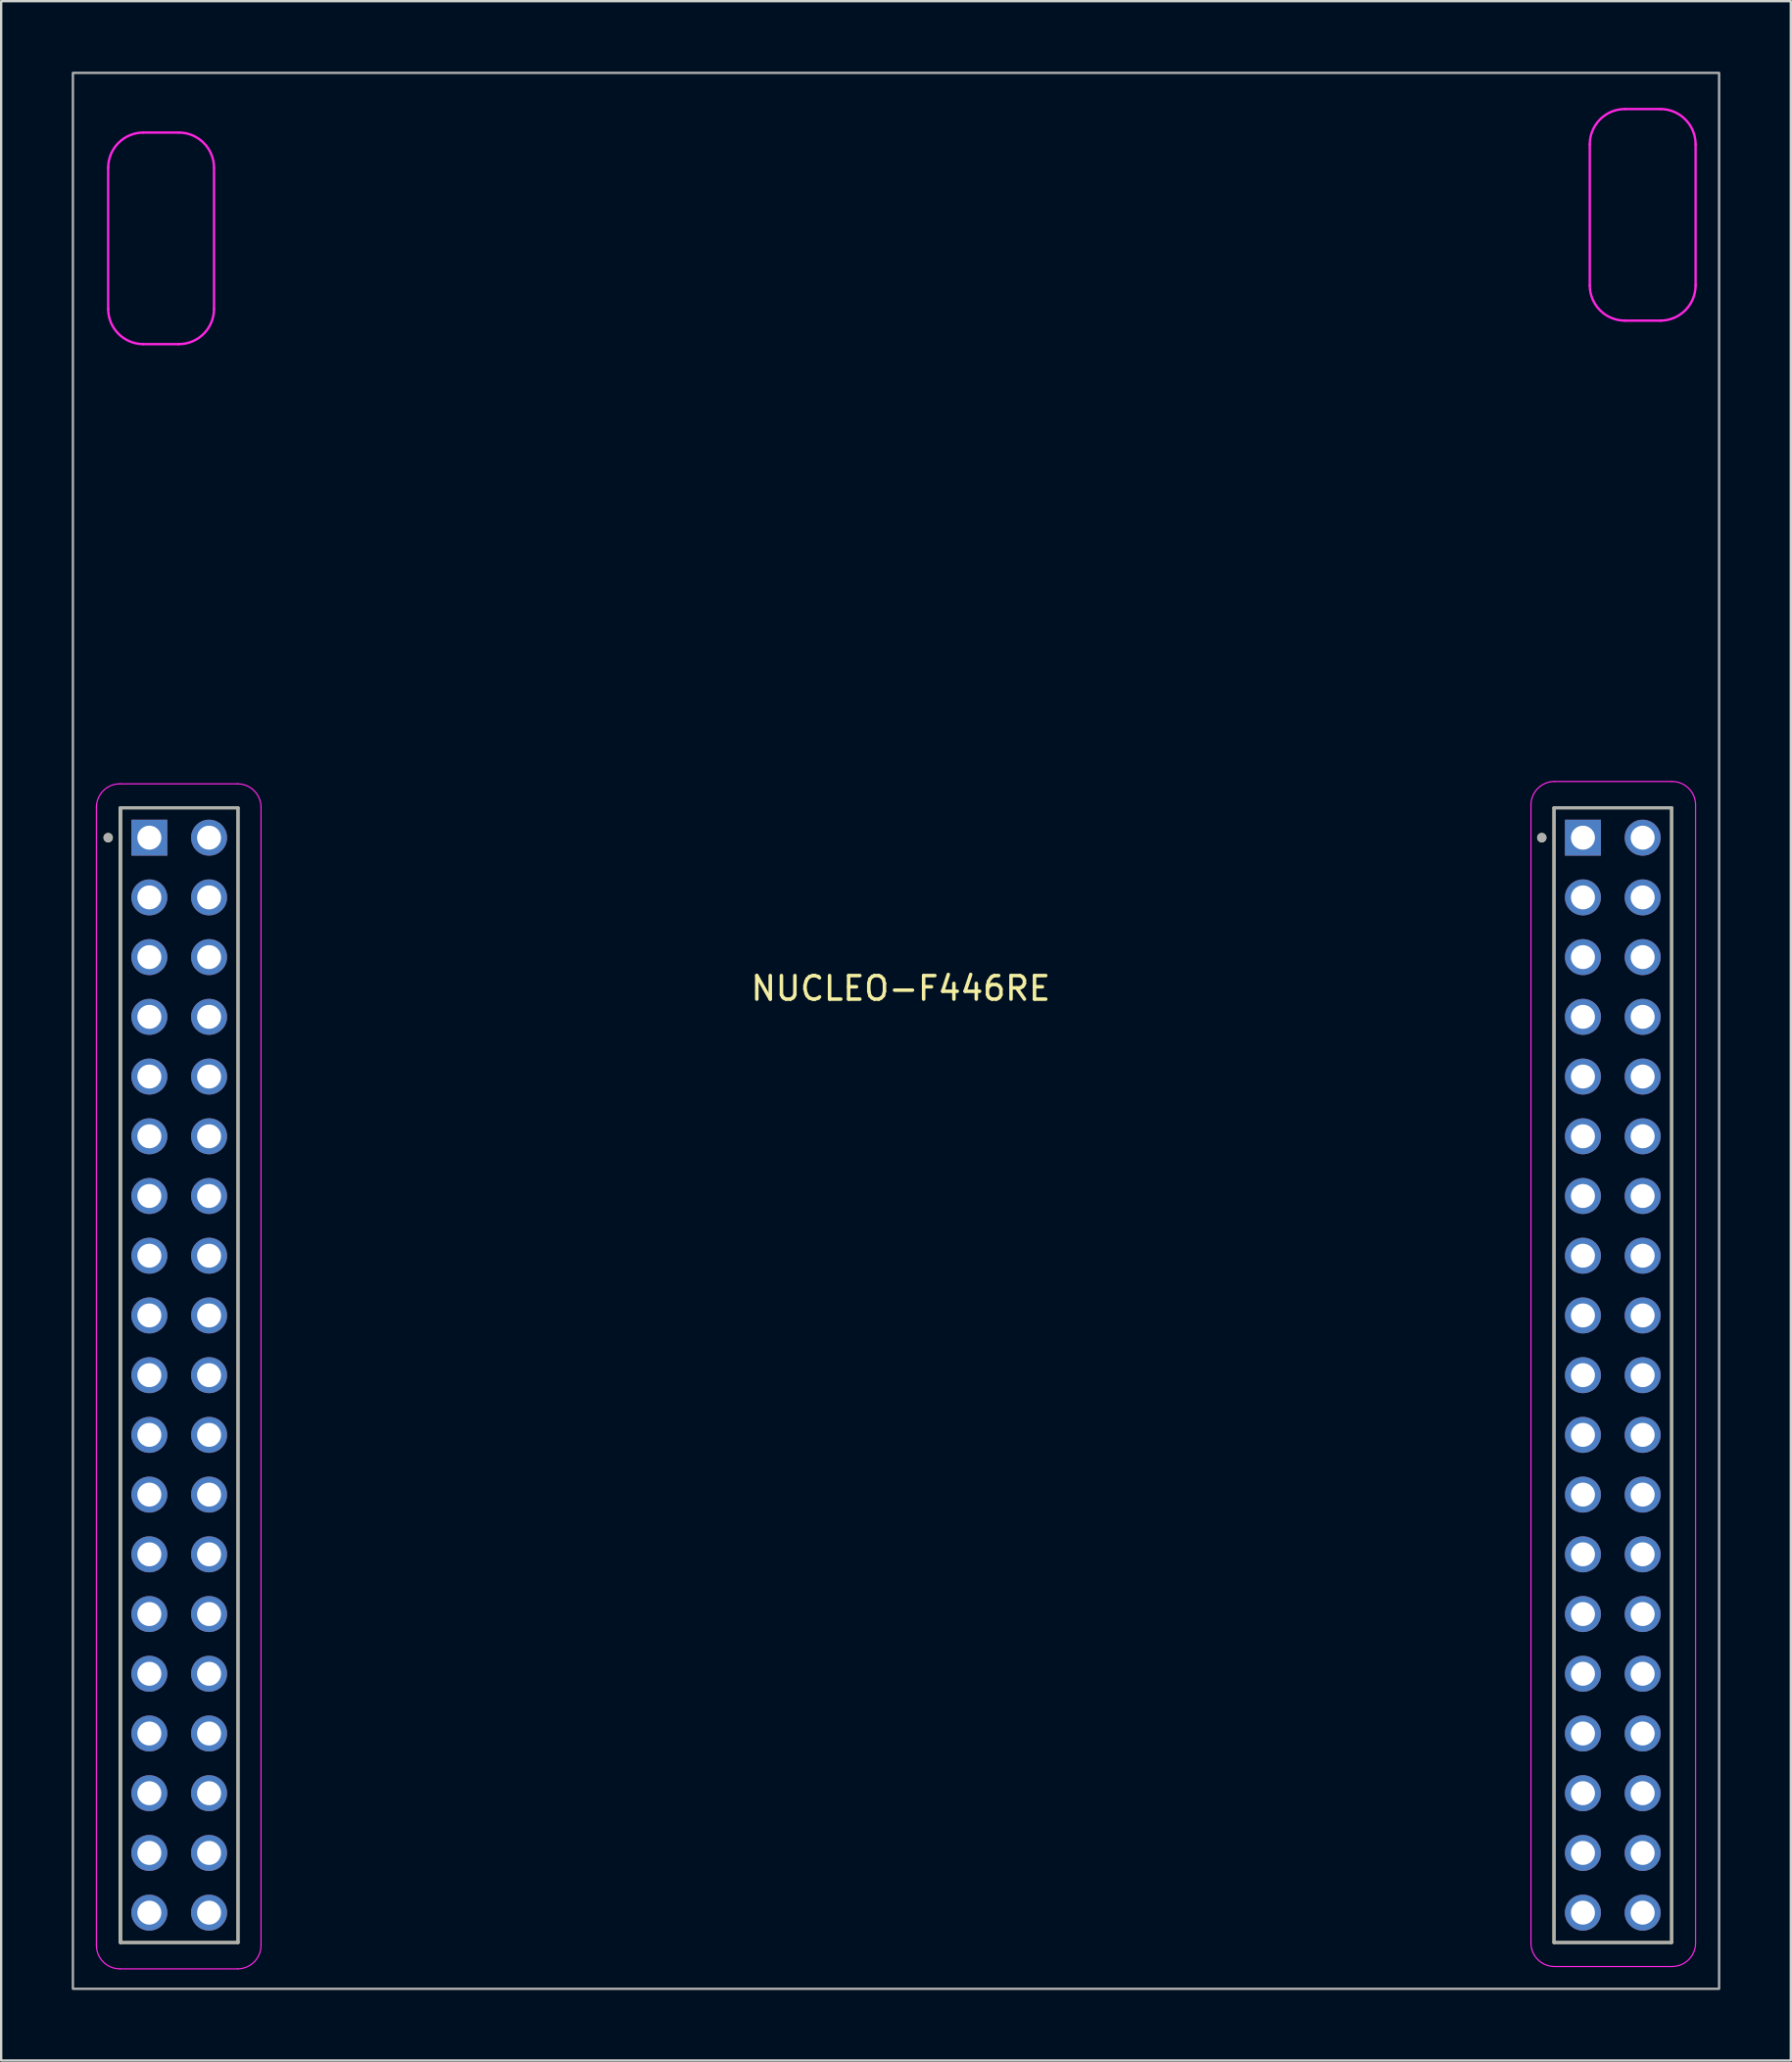
<source format=kicad_pcb>
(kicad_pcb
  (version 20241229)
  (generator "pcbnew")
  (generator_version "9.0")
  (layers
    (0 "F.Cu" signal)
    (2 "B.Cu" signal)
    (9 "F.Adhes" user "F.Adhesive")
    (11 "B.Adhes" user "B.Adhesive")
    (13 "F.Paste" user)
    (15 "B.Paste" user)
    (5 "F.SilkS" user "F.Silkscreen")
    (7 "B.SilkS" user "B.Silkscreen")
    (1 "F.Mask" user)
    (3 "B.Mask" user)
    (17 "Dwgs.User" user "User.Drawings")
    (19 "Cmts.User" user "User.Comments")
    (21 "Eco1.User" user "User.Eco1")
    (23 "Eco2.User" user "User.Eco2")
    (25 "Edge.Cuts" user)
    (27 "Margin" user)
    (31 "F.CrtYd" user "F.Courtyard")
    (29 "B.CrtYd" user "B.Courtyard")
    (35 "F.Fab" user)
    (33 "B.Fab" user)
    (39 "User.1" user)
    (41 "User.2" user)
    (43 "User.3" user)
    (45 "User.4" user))
  (footprint "NUCLEO-F446RE"
    (layer "F.Cu")
    (at 35.05 42.087)
    (property "Reference" "NUCLEO-F446RE" (at 0.2 -3.1 0) (layer "F.SilkS") (effects (font (size 1 1) (thickness 0.15))))
    (attr through_hole)
    (fp_line (start -32.98 -10.78) (end -32.98 37.48) (stroke (width 0.127) (type solid)) (layer "F.SilkS"))
    (fp_line (start -32.98 -10.78) (end -32.98 37.48) (stroke (width 0.127) (type solid)) (layer "F.SilkS"))
    (fp_line (start -32.98 37.48) (end -27.98 37.48) (stroke (width 0.127) (type solid)) (layer "F.SilkS"))
    (fp_line (start -27.98 -10.78) (end -32.98 -10.78) (stroke (width 0.127) (type solid)) (layer "F.SilkS"))
    (fp_line (start -27.98 37.48) (end -27.98 -10.78) (stroke (width 0.127) (type solid)) (layer "F.SilkS"))
    (fp_line (start 27.98 -10.78) (end 27.98 37.48) (stroke (width 0.127) (type solid)) (layer "F.SilkS"))
    (fp_line (start 32.98 -10.78) (end 27.98 -10.78) (stroke (width 0.127) (type solid)) (layer "F.SilkS"))
    (fp_line (start 32.98 -10.78) (end 32.98 37.48) (stroke (width 0.127) (type solid)) (layer "F.SilkS"))
    (fp_line (start 32.98 37.48) (end 27.98 37.48) (stroke (width 0.127) (type solid)) (layer "F.SilkS"))
    (fp_circle (center -33.5 -9.51) (end -33.4 -9.51) (stroke (width 0.2) (type solid)) (fill no) (layer "F.SilkS"))
    (fp_circle (center 27.46 -9.51) (end 27.56 -9.51) (stroke (width 0.2) (type solid)) (fill no) (layer "F.SilkS"))
    (fp_line (start -34 -10.8) (end -34 37.6) (stroke (width 0.05) (type default)) (layer "F.CrtYd"))
    (fp_line (start -33.5 -38) (end -33.5 -32) (stroke (width 0.1) (type default)) (layer "F.CrtYd"))
    (fp_line (start -33 -11.8) (end -28 -11.8) (stroke (width 0.05) (type default)) (layer "F.CrtYd"))
    (fp_line (start -33 38.6) (end -28 38.6) (stroke (width 0.05) (type default)) (layer "F.CrtYd"))
    (fp_line (start -32 -30.5) (end -30.5 -30.5) (stroke (width 0.1) (type default)) (layer "F.CrtYd"))
    (fp_line (start -30.5 -39.5) (end -32 -39.5) (stroke (width 0.1) (type default)) (layer "F.CrtYd"))
    (fp_line (start -29 -32) (end -29 -38) (stroke (width 0.1) (type default)) (layer "F.CrtYd"))
    (fp_line (start -27 -10.8) (end -27 37.6) (stroke (width 0.05) (type default)) (layer "F.CrtYd"))
    (fp_line (start 27 -10.9) (end 27 37.5) (stroke (width 0.05) (type default)) (layer "F.CrtYd"))
    (fp_line (start 28 -11.9) (end 33 -11.9) (stroke (width 0.05) (type default)) (layer "F.CrtYd"))
    (fp_line (start 28 38.5) (end 33 38.5) (stroke (width 0.05) (type default)) (layer "F.CrtYd"))
    (fp_line (start 29.5 -39) (end 29.5 -33) (stroke (width 0.1) (type default)) (layer "F.CrtYd"))
    (fp_line (start 31 -31.5) (end 32.5 -31.5) (stroke (width 0.1) (type default)) (layer "F.CrtYd"))
    (fp_line (start 32.5 -40.5) (end 31 -40.5) (stroke (width 0.1) (type default)) (layer "F.CrtYd"))
    (fp_line (start 34 -33) (end 34 -39) (stroke (width 0.1) (type default)) (layer "F.CrtYd"))
    (fp_line (start 34 -10.9) (end 34 37.5) (stroke (width 0.05) (type default)) (layer "F.CrtYd"))
    (fp_arc (start -34 -10.8) (mid -33.707107 -11.507107) (end -33 -11.8) (stroke (width 0.05) (type default)) (layer "F.CrtYd"))
    (fp_arc (start -33.5 -38) (mid -33.06066 -39.06066) (end -32 -39.5) (stroke (width 0.1) (type default)) (layer "F.CrtYd"))
    (fp_arc (start -33 38.6) (mid -33.707107 38.307107) (end -34 37.6) (stroke (width 0.05) (type default)) (layer "F.CrtYd"))
    (fp_arc (start -32 -30.5) (mid -33.06066 -30.93934) (end -33.5 -32) (stroke (width 0.1) (type default)) (layer "F.CrtYd"))
    (fp_arc (start -30.5 -39.5) (mid -29.43934 -39.06066) (end -29 -38) (stroke (width 0.1) (type default)) (layer "F.CrtYd"))
    (fp_arc (start -29 -32) (mid -29.43934 -30.93934) (end -30.5 -30.5) (stroke (width 0.1) (type default)) (layer "F.CrtYd"))
    (fp_arc (start -28 -11.8) (mid -27.292893 -11.507107) (end -27 -10.8) (stroke (width 0.05) (type default)) (layer "F.CrtYd"))
    (fp_arc (start -27 37.6) (mid -27.292893 38.307107) (end -28 38.6) (stroke (width 0.05) (type default)) (layer "F.CrtYd"))
    (fp_arc (start 27 -10.9) (mid 27.292893 -11.607107) (end 28 -11.9) (stroke (width 0.05) (type default)) (layer "F.CrtYd"))
    (fp_arc (start 28 38.5) (mid 27.292893 38.207107) (end 27 37.5) (stroke (width 0.05) (type default)) (layer "F.CrtYd"))
    (fp_arc (start 29.5 -39) (mid 29.93934 -40.06066) (end 31 -40.5) (stroke (width 0.1) (type default)) (layer "F.CrtYd"))
    (fp_arc (start 31 -31.5) (mid 29.93934 -31.93934) (end 29.5 -33) (stroke (width 0.1) (type default)) (layer "F.CrtYd"))
    (fp_arc (start 32.5 -40.5) (mid 33.56066 -40.06066) (end 34 -39) (stroke (width 0.1) (type default)) (layer "F.CrtYd"))
    (fp_arc (start 33 -11.9) (mid 33.707107 -11.607107) (end 34 -10.9) (stroke (width 0.05) (type default)) (layer "F.CrtYd"))
    (fp_arc (start 34 -33) (mid 33.56066 -31.93934) (end 32.5 -31.5) (stroke (width 0.1) (type default)) (layer "F.CrtYd"))
    (fp_arc (start 34 37.5) (mid 33.707107 38.207107) (end 33 38.5) (stroke (width 0.05) (type default)) (layer "F.CrtYd"))
    (fp_line (start -32.98 -10.78) (end -32.98 37.48) (stroke (width 0.127) (type solid)) (layer "F.Fab"))
    (fp_line (start -32.98 37.48) (end -27.98 37.48) (stroke (width 0.127) (type solid)) (layer "F.Fab"))
    (fp_line (start -27.98 -10.78) (end -32.98 -10.78) (stroke (width 0.127) (type solid)) (layer "F.Fab"))
    (fp_line (start -27.98 37.48) (end -27.98 -10.78) (stroke (width 0.127) (type solid)) (layer "F.Fab"))
    (fp_line (start 27.98 37.48) (end 27.98 -10.78) (stroke (width 0.127) (type solid)) (layer "F.Fab"))
    (fp_line (start 27.98 37.48) (end 32.98 37.48) (stroke (width 0.127) (type solid)) (layer "F.Fab"))
    (fp_line (start 32.98 -10.78) (end 27.98 -10.78) (stroke (width 0.127) (type solid)) (layer "F.Fab"))
    (fp_line (start 32.98 37.48) (end 32.98 -10.78) (stroke (width 0.127) (type solid)) (layer "F.Fab"))
    (fp_rect (start -35 -42.037) (end 35 39.447) (stroke (width 0.1) (type default)) (fill no) (layer "F.Fab"))
    (fp_circle (center -33.5 -9.51) (end -33.4 -9.51) (stroke (width 0.2) (type solid)) (fill no) (layer "F.Fab"))
    (fp_circle (center 27.46 -9.51) (end 27.56 -9.51) (stroke (width 0.2) (type solid)) (fill no) (layer "F.Fab"))
    (pad "CN7_1" thru_hole rect (at -31.75 -9.51) (size 1.53 1.53) (drill 1.02) (layers "*.Cu" "*.Mask"))
    (pad "CN7_2" thru_hole circle (at -29.21 -9.51) (size 1.53 1.53) (drill 1.02) (layers "*.Cu" "*.Mask"))
    (pad "CN7_3" thru_hole circle (at -31.75 -6.97) (size 1.53 1.53) (drill 1.02) (layers "*.Cu" "*.Mask"))
    (pad "CN7_4" thru_hole circle (at -29.21 -6.97) (size 1.53 1.53) (drill 1.02) (layers "*.Cu" "*.Mask"))
    (pad "CN7_5" thru_hole circle (at -31.75 -4.43) (size 1.53 1.53) (drill 1.02) (layers "*.Cu" "*.Mask"))
    (pad "CN7_6" thru_hole circle (at -29.21 -4.43) (size 1.53 1.53) (drill 1.02) (layers "*.Cu" "*.Mask"))
    (pad "CN7_7" thru_hole circle (at -31.75 -1.89) (size 1.53 1.53) (drill 1.02) (layers "*.Cu" "*.Mask"))
    (pad "CN7_8" thru_hole circle (at -29.21 -1.89) (size 1.53 1.53) (drill 1.02) (layers "*.Cu" "*.Mask"))
    (pad "CN7_9" thru_hole circle (at -31.75 0.65) (size 1.53 1.53) (drill 1.02) (layers "*.Cu" "*.Mask"))
    (pad "CN7_10" thru_hole circle (at -29.21 0.65) (size 1.53 1.53) (drill 1.02) (layers "*.Cu" "*.Mask"))
    (pad "CN7_11" thru_hole circle (at -31.75 3.19) (size 1.53 1.53) (drill 1.02) (layers "*.Cu" "*.Mask"))
    (pad "CN7_12" thru_hole circle (at -29.21 3.19) (size 1.53 1.53) (drill 1.02) (layers "*.Cu" "*.Mask"))
    (pad "CN7_13" thru_hole circle (at -31.75 5.73) (size 1.53 1.53) (drill 1.02) (layers "*.Cu" "*.Mask"))
    (pad "CN7_14" thru_hole circle (at -29.21 5.73) (size 1.53 1.53) (drill 1.02) (layers "*.Cu" "*.Mask"))
    (pad "CN7_15" thru_hole circle (at -31.75 8.27) (size 1.53 1.53) (drill 1.02) (layers "*.Cu" "*.Mask"))
    (pad "CN7_16" thru_hole circle (at -29.21 8.27) (size 1.53 1.53) (drill 1.02) (layers "*.Cu" "*.Mask"))
    (pad "CN7_17" thru_hole circle (at -31.75 10.81) (size 1.53 1.53) (drill 1.02) (layers "*.Cu" "*.Mask"))
    (pad "CN7_18" thru_hole circle (at -29.21 10.81) (size 1.53 1.53) (drill 1.02) (layers "*.Cu" "*.Mask"))
    (pad "CN7_19" thru_hole circle (at -31.75 13.35) (size 1.53 1.53) (drill 1.02) (layers "*.Cu" "*.Mask"))
    (pad "CN7_20" thru_hole circle (at -29.21 13.35) (size 1.53 1.53) (drill 1.02) (layers "*.Cu" "*.Mask"))
    (pad "CN7_21" thru_hole circle (at -31.75 15.89) (size 1.53 1.53) (drill 1.02) (layers "*.Cu" "*.Mask"))
    (pad "CN7_22" thru_hole circle (at -29.21 15.89) (size 1.53 1.53) (drill 1.02) (layers "*.Cu" "*.Mask"))
    (pad "CN7_23" thru_hole circle (at -31.75 18.43) (size 1.53 1.53) (drill 1.02) (layers "*.Cu" "*.Mask"))
    (pad "CN7_24" thru_hole circle (at -29.21 18.43) (size 1.53 1.53) (drill 1.02) (layers "*.Cu" "*.Mask"))
    (pad "CN7_25" thru_hole circle (at -31.75 20.97) (size 1.53 1.53) (drill 1.02) (layers "*.Cu" "*.Mask"))
    (pad "CN7_26" thru_hole circle (at -29.21 20.97) (size 1.53 1.53) (drill 1.02) (layers "*.Cu" "*.Mask"))
    (pad "CN7_27" thru_hole circle (at -31.75 23.51) (size 1.53 1.53) (drill 1.02) (layers "*.Cu" "*.Mask"))
    (pad "CN7_28" thru_hole circle (at -29.21 23.51) (size 1.53 1.53) (drill 1.02) (layers "*.Cu" "*.Mask"))
    (pad "CN7_29" thru_hole circle (at -31.75 26.05) (size 1.53 1.53) (drill 1.02) (layers "*.Cu" "*.Mask"))
    (pad "CN7_30" thru_hole circle (at -29.21 26.05) (size 1.53 1.53) (drill 1.02) (layers "*.Cu" "*.Mask"))
    (pad "CN7_31" thru_hole circle (at -31.75 28.59) (size 1.53 1.53) (drill 1.02) (layers "*.Cu" "*.Mask"))
    (pad "CN7_32" thru_hole circle (at -29.21 28.59) (size 1.53 1.53) (drill 1.02) (layers "*.Cu" "*.Mask"))
    (pad "CN7_33" thru_hole circle (at -31.75 31.13) (size 1.53 1.53) (drill 1.02) (layers "*.Cu" "*.Mask"))
    (pad "CN7_34" thru_hole circle (at -29.21 31.13) (size 1.53 1.53) (drill 1.02) (layers "*.Cu" "*.Mask"))
    (pad "CN7_35" thru_hole circle (at -31.75 33.67) (size 1.53 1.53) (drill 1.02) (layers "*.Cu" "*.Mask"))
    (pad "CN7_36" thru_hole circle (at -29.21 33.67) (size 1.53 1.53) (drill 1.02) (layers "*.Cu" "*.Mask"))
    (pad "CN7_37" thru_hole circle (at -31.75 36.21) (size 1.53 1.53) (drill 1.02) (layers "*.Cu" "*.Mask"))
    (pad "CN7_38" thru_hole circle (at -29.21 36.21) (size 1.53 1.53) (drill 1.02) (layers "*.Cu" "*.Mask"))
    (pad "CN10_1" thru_hole rect (at 29.21 -9.51) (size 1.53 1.53) (drill 1.02) (layers "*.Cu" "*.Mask"))
    (pad "CN10_2" thru_hole circle (at 31.75 -9.51) (size 1.53 1.53) (drill 1.02) (layers "*.Cu" "*.Mask"))
    (pad "CN10_3" thru_hole circle (at 29.21 -6.97) (size 1.53 1.53) (drill 1.02) (layers "*.Cu" "*.Mask"))
    (pad "CN10_4" thru_hole circle (at 31.75 -6.97) (size 1.53 1.53) (drill 1.02) (layers "*.Cu" "*.Mask"))
    (pad "CN10_5" thru_hole circle (at 29.21 -4.43) (size 1.53 1.53) (drill 1.02) (layers "*.Cu" "*.Mask"))
    (pad "CN10_6" thru_hole circle (at 31.75 -4.43) (size 1.53 1.53) (drill 1.02) (layers "*.Cu" "*.Mask"))
    (pad "CN10_7" thru_hole circle (at 29.21 -1.89) (size 1.53 1.53) (drill 1.02) (layers "*.Cu" "*.Mask"))
    (pad "CN10_8" thru_hole circle (at 31.75 -1.89) (size 1.53 1.53) (drill 1.02) (layers "*.Cu" "*.Mask"))
    (pad "CN10_9" thru_hole circle (at 29.21 0.65) (size 1.53 1.53) (drill 1.02) (layers "*.Cu" "*.Mask"))
    (pad "CN10_10" thru_hole circle (at 31.75 0.65) (size 1.53 1.53) (drill 1.02) (layers "*.Cu" "*.Mask"))
    (pad "CN10_11" thru_hole circle (at 29.21 3.19) (size 1.53 1.53) (drill 1.02) (layers "*.Cu" "*.Mask"))
    (pad "CN10_12" thru_hole circle (at 31.75 3.19) (size 1.53 1.53) (drill 1.02) (layers "*.Cu" "*.Mask"))
    (pad "CN10_13" thru_hole circle (at 29.21 5.73) (size 1.53 1.53) (drill 1.02) (layers "*.Cu" "*.Mask"))
    (pad "CN10_14" thru_hole circle (at 31.75 5.73) (size 1.53 1.53) (drill 1.02) (layers "*.Cu" "*.Mask"))
    (pad "CN10_15" thru_hole circle (at 29.21 8.27) (size 1.53 1.53) (drill 1.02) (layers "*.Cu" "*.Mask"))
    (pad "CN10_16" thru_hole circle (at 31.75 8.27) (size 1.53 1.53) (drill 1.02) (layers "*.Cu" "*.Mask"))
    (pad "CN10_17" thru_hole circle (at 29.21 10.81) (size 1.53 1.53) (drill 1.02) (layers "*.Cu" "*.Mask"))
    (pad "CN10_18" thru_hole circle (at 31.75 10.81) (size 1.53 1.53) (drill 1.02) (layers "*.Cu" "*.Mask"))
    (pad "CN10_19" thru_hole circle (at 29.21 13.35) (size 1.53 1.53) (drill 1.02) (layers "*.Cu" "*.Mask"))
    (pad "CN10_20" thru_hole circle (at 31.75 13.35) (size 1.53 1.53) (drill 1.02) (layers "*.Cu" "*.Mask"))
    (pad "CN10_21" thru_hole circle (at 29.21 15.89) (size 1.53 1.53) (drill 1.02) (layers "*.Cu" "*.Mask"))
    (pad "CN10_22" thru_hole circle (at 31.75 15.89) (size 1.53 1.53) (drill 1.02) (layers "*.Cu" "*.Mask"))
    (pad "CN10_23" thru_hole circle (at 29.21 18.43) (size 1.53 1.53) (drill 1.02) (layers "*.Cu" "*.Mask"))
    (pad "CN10_24" thru_hole circle (at 31.75 18.43) (size 1.53 1.53) (drill 1.02) (layers "*.Cu" "*.Mask"))
    (pad "CN10_25" thru_hole circle (at 29.21 20.97) (size 1.53 1.53) (drill 1.02) (layers "*.Cu" "*.Mask"))
    (pad "CN10_26" thru_hole circle (at 31.75 20.97) (size 1.53 1.53) (drill 1.02) (layers "*.Cu" "*.Mask"))
    (pad "CN10_27" thru_hole circle (at 29.21 23.51) (size 1.53 1.53) (drill 1.02) (layers "*.Cu" "*.Mask"))
    (pad "CN10_28" thru_hole circle (at 31.75 23.51) (size 1.53 1.53) (drill 1.02) (layers "*.Cu" "*.Mask"))
    (pad "CN10_29" thru_hole circle (at 29.21 26.05) (size 1.53 1.53) (drill 1.02) (layers "*.Cu" "*.Mask"))
    (pad "CN10_30" thru_hole circle (at 31.75 26.05) (size 1.53 1.53) (drill 1.02) (layers "*.Cu" "*.Mask"))
    (pad "CN10_31" thru_hole circle (at 29.21 28.59) (size 1.53 1.53) (drill 1.02) (layers "*.Cu" "*.Mask"))
    (pad "CN10_32" thru_hole circle (at 31.75 28.59) (size 1.53 1.53) (drill 1.02) (layers "*.Cu" "*.Mask"))
    (pad "CN10_33" thru_hole circle (at 29.21 31.13) (size 1.53 1.53) (drill 1.02) (layers "*.Cu" "*.Mask"))
    (pad "CN10_34" thru_hole circle (at 31.75 31.13) (size 1.53 1.53) (drill 1.02) (layers "*.Cu" "*.Mask"))
    (pad "CN10_35" thru_hole circle (at 29.21 33.67) (size 1.53 1.53) (drill 1.02) (layers "*.Cu" "*.Mask"))
    (pad "CN10_36" thru_hole circle (at 31.75 33.67) (size 1.53 1.53) (drill 1.02) (layers "*.Cu" "*.Mask"))
    (pad "CN10_37" thru_hole circle (at 29.21 36.21) (size 1.53 1.53) (drill 1.02) (layers "*.Cu" "*.Mask"))
    (pad "CN10_38" thru_hole circle (at 31.75 36.21) (size 1.53 1.53) (drill 1.02) (layers "*.Cu" "*.Mask")))
  (gr_rect
    (start -3 -3)
    (end 73.1 84.584)
    (stroke (width 0.1) (type default))
    (fill no)
    (layer "Edge.Cuts")))
</source>
